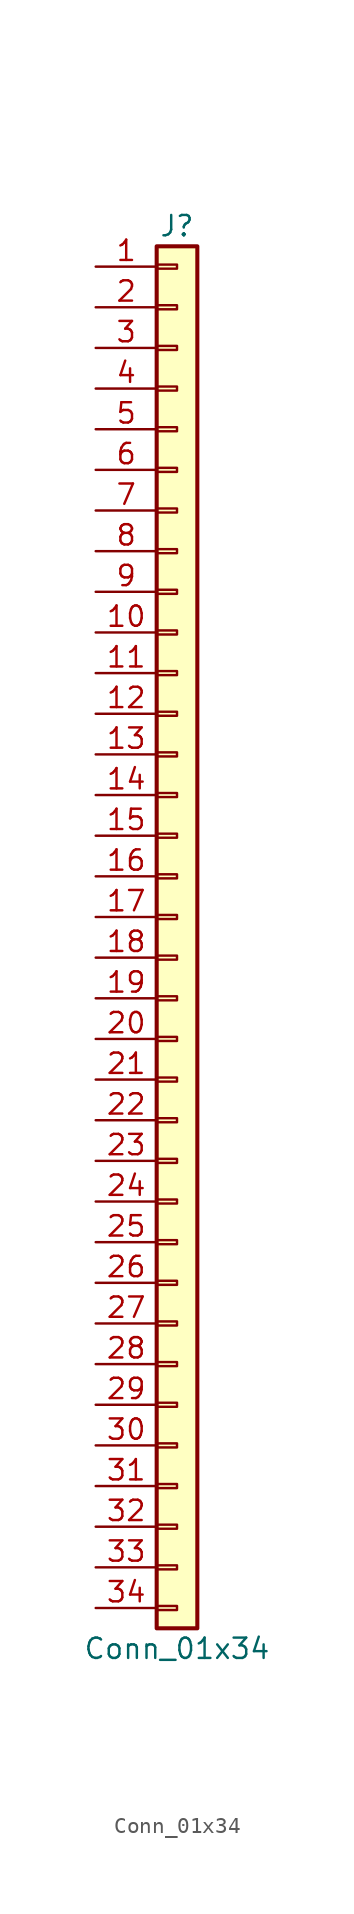
<source format=kicad_sym>
(kicad_symbol_lib
  (version 20211014)
  (generator kicad_symbol_editor)
  (symbol "Conn_01x34"
    (pin_names
      (offset 1.016) hide)
    (property "Reference" "J"
      (at 0 43.18 0)
      (effects (font (size 1.27 1.27))))
    (property "Value" "Conn_01x34"
      (at 0 -45.72 0)
      (effects (font (size 1.27 1.27))))
    (symbol "Conn_01x34_1_1"
      (rectangle (start -1.27 -43.053) (end 0 -43.307) (stroke (width 0.152) (type default) (color 0 0 0 0)) (fill (type none)))
      (rectangle (start -1.27 -40.513) (end 0 -40.767) (stroke (width 0.152) (type default) (color 0 0 0 0)) (fill (type none)))
      (rectangle (start -1.27 -37.973) (end 0 -38.227) (stroke (width 0.152) (type default) (color 0 0 0 0)) (fill (type none)))
      (rectangle (start -1.27 -35.433) (end 0 -35.687) (stroke (width 0.152) (type default) (color 0 0 0 0)) (fill (type none)))
      (rectangle (start -1.27 -32.893) (end 0 -33.147) (stroke (width 0.152) (type default) (color 0 0 0 0)) (fill (type none)))
      (rectangle (start -1.27 -30.353) (end 0 -30.607) (stroke (width 0.152) (type default) (color 0 0 0 0)) (fill (type none)))
      (rectangle (start -1.27 -27.813) (end 0 -28.067) (stroke (width 0.152) (type default) (color 0 0 0 0)) (fill (type none)))
      (rectangle (start -1.27 -25.273) (end 0 -25.527) (stroke (width 0.152) (type default) (color 0 0 0 0)) (fill (type none)))
      (rectangle (start -1.27 -22.733) (end 0 -22.987) (stroke (width 0.152) (type default) (color 0 0 0 0)) (fill (type none)))
      (rectangle (start -1.27 -20.193) (end 0 -20.447) (stroke (width 0.152) (type default) (color 0 0 0 0)) (fill (type none)))
      (rectangle (start -1.27 -17.653) (end 0 -17.907) (stroke (width 0.152) (type default) (color 0 0 0 0)) (fill (type none)))
      (rectangle (start -1.27 -15.113) (end 0 -15.367) (stroke (width 0.152) (type default) (color 0 0 0 0)) (fill (type none)))
      (rectangle (start -1.27 -12.573) (end 0 -12.827) (stroke (width 0.152) (type default) (color 0 0 0 0)) (fill (type none)))
      (rectangle (start -1.27 -10.033) (end 0 -10.287) (stroke (width 0.152) (type default) (color 0 0 0 0)) (fill (type none)))
      (rectangle (start -1.27 -7.493) (end 0 -7.747) (stroke (width 0.152) (type default) (color 0 0 0 0)) (fill (type none)))
      (rectangle (start -1.27 -4.953) (end 0 -5.207) (stroke (width 0.152) (type default) (color 0 0 0 0)) (fill (type none)))
      (rectangle (start -1.27 -2.413) (end 0 -2.667) (stroke (width 0.152) (type default) (color 0 0 0 0)) (fill (type none)))
      (rectangle (start -1.27 0.127) (end 0 -0.127) (stroke (width 0.152) (type default) (color 0 0 0 0)) (fill (type none)))
      (rectangle (start -1.27 2.667) (end 0 2.413) (stroke (width 0.152) (type default) (color 0 0 0 0)) (fill (type none)))
      (rectangle (start -1.27 5.207) (end 0 4.953) (stroke (width 0.152) (type default) (color 0 0 0 0)) (fill (type none)))
      (rectangle (start -1.27 7.747) (end 0 7.493) (stroke (width 0.152) (type default) (color 0 0 0 0)) (fill (type none)))
      (rectangle (start -1.27 10.287) (end 0 10.033) (stroke (width 0.152) (type default) (color 0 0 0 0)) (fill (type none)))
      (rectangle (start -1.27 12.827) (end 0 12.573) (stroke (width 0.152) (type default) (color 0 0 0 0)) (fill (type none)))
      (rectangle (start -1.27 15.367) (end 0 15.113) (stroke (width 0.152) (type default) (color 0 0 0 0)) (fill (type none)))
      (rectangle (start -1.27 17.907) (end 0 17.653) (stroke (width 0.152) (type default) (color 0 0 0 0)) (fill (type none)))
      (rectangle (start -1.27 20.447) (end 0 20.193) (stroke (width 0.152) (type default) (color 0 0 0 0)) (fill (type none)))
      (rectangle (start -1.27 22.987) (end 0 22.733) (stroke (width 0.152) (type default) (color 0 0 0 0)) (fill (type none)))
      (rectangle (start -1.27 25.527) (end 0 25.273) (stroke (width 0.152) (type default) (color 0 0 0 0)) (fill (type none)))
      (rectangle (start -1.27 28.067) (end 0 27.813) (stroke (width 0.152) (type default) (color 0 0 0 0)) (fill (type none)))
      (rectangle (start -1.27 30.607) (end 0 30.353) (stroke (width 0.152) (type default) (color 0 0 0 0)) (fill (type none)))
      (rectangle (start -1.27 33.147) (end 0 32.893) (stroke (width 0.152) (type default) (color 0 0 0 0)) (fill (type none)))
      (rectangle (start -1.27 35.687) (end 0 35.433) (stroke (width 0.152) (type default) (color 0 0 0 0)) (fill (type none)))
      (rectangle (start -1.27 38.227) (end 0 37.973) (stroke (width 0.152) (type default) (color 0 0 0 0)) (fill (type none)))
      (rectangle (start -1.27 40.767) (end 0 40.513) (stroke (width 0.152) (type default) (color 0 0 0 0)) (fill (type none)))
      (rectangle (start -1.27 41.91) (end 1.27 -44.45) (stroke (width 0.254) (type default) (color 0 0 0 0)) (fill (type background)))
      (pin passive line (at -5.08 40.64 0) (length 3.81) (name "Pin_1" (effects (font (size 1.27 1.27)))) (number "1" (effects (font (size 1.27 1.27)))))
      (pin passive line (at -5.08 17.78 0) (length 3.81) (name "Pin_10" (effects (font (size 1.27 1.27)))) (number "10" (effects (font (size 1.27 1.27)))))
      (pin passive line (at -5.08 15.24 0) (length 3.81) (name "Pin_11" (effects (font (size 1.27 1.27)))) (number "11" (effects (font (size 1.27 1.27)))))
      (pin passive line (at -5.08 12.7 0) (length 3.81) (name "Pin_12" (effects (font (size 1.27 1.27)))) (number "12" (effects (font (size 1.27 1.27)))))
      (pin passive line (at -5.08 10.16 0) (length 3.81) (name "Pin_13" (effects (font (size 1.27 1.27)))) (number "13" (effects (font (size 1.27 1.27)))))
      (pin passive line (at -5.08 7.62 0) (length 3.81) (name "Pin_14" (effects (font (size 1.27 1.27)))) (number "14" (effects (font (size 1.27 1.27)))))
      (pin passive line (at -5.08 5.08 0) (length 3.81) (name "Pin_15" (effects (font (size 1.27 1.27)))) (number "15" (effects (font (size 1.27 1.27)))))
      (pin passive line (at -5.08 2.54 0) (length 3.81) (name "Pin_16" (effects (font (size 1.27 1.27)))) (number "16" (effects (font (size 1.27 1.27)))))
      (pin passive line (at -5.08 0 0) (length 3.81) (name "Pin_17" (effects (font (size 1.27 1.27)))) (number "17" (effects (font (size 1.27 1.27)))))
      (pin passive line (at -5.08 -2.54 0) (length 3.81) (name "Pin_18" (effects (font (size 1.27 1.27)))) (number "18" (effects (font (size 1.27 1.27)))))
      (pin passive line (at -5.08 -5.08 0) (length 3.81) (name "Pin_19" (effects (font (size 1.27 1.27)))) (number "19" (effects (font (size 1.27 1.27)))))
      (pin passive line (at -5.08 38.1 0) (length 3.81) (name "Pin_2" (effects (font (size 1.27 1.27)))) (number "2" (effects (font (size 1.27 1.27)))))
      (pin passive line (at -5.08 -7.62 0) (length 3.81) (name "Pin_20" (effects (font (size 1.27 1.27)))) (number "20" (effects (font (size 1.27 1.27)))))
      (pin passive line (at -5.08 -10.16 0) (length 3.81) (name "Pin_21" (effects (font (size 1.27 1.27)))) (number "21" (effects (font (size 1.27 1.27)))))
      (pin passive line (at -5.08 -12.7 0) (length 3.81) (name "Pin_22" (effects (font (size 1.27 1.27)))) (number "22" (effects (font (size 1.27 1.27)))))
      (pin passive line (at -5.08 -15.24 0) (length 3.81) (name "Pin_23" (effects (font (size 1.27 1.27)))) (number "23" (effects (font (size 1.27 1.27)))))
      (pin passive line (at -5.08 -17.78 0) (length 3.81) (name "Pin_24" (effects (font (size 1.27 1.27)))) (number "24" (effects (font (size 1.27 1.27)))))
      (pin passive line (at -5.08 -20.32 0) (length 3.81) (name "Pin_25" (effects (font (size 1.27 1.27)))) (number "25" (effects (font (size 1.27 1.27)))))
      (pin passive line (at -5.08 -22.86 0) (length 3.81) (name "Pin_26" (effects (font (size 1.27 1.27)))) (number "26" (effects (font (size 1.27 1.27)))))
      (pin passive line (at -5.08 -25.4 0) (length 3.81) (name "Pin_27" (effects (font (size 1.27 1.27)))) (number "27" (effects (font (size 1.27 1.27)))))
      (pin passive line (at -5.08 -27.94 0) (length 3.81) (name "Pin_28" (effects (font (size 1.27 1.27)))) (number "28" (effects (font (size 1.27 1.27)))))
      (pin passive line (at -5.08 -30.48 0) (length 3.81) (name "Pin_29" (effects (font (size 1.27 1.27)))) (number "29" (effects (font (size 1.27 1.27)))))
      (pin passive line (at -5.08 35.56 0) (length 3.81) (name "Pin_3" (effects (font (size 1.27 1.27)))) (number "3" (effects (font (size 1.27 1.27)))))
      (pin passive line (at -5.08 -33.02 0) (length 3.81) (name "Pin_30" (effects (font (size 1.27 1.27)))) (number "30" (effects (font (size 1.27 1.27)))))
      (pin passive line (at -5.08 -35.56 0) (length 3.81) (name "Pin_31" (effects (font (size 1.27 1.27)))) (number "31" (effects (font (size 1.27 1.27)))))
      (pin passive line (at -5.08 -38.1 0) (length 3.81) (name "Pin_32" (effects (font (size 1.27 1.27)))) (number "32" (effects (font (size 1.27 1.27)))))
      (pin passive line (at -5.08 -40.64 0) (length 3.81) (name "Pin_33" (effects (font (size 1.27 1.27)))) (number "33" (effects (font (size 1.27 1.27)))))
      (pin passive line (at -5.08 -43.18 0) (length 3.81) (name "Pin_34" (effects (font (size 1.27 1.27)))) (number "34" (effects (font (size 1.27 1.27)))))
      (pin passive line (at -5.08 33.02 0) (length 3.81) (name "Pin_4" (effects (font (size 1.27 1.27)))) (number "4" (effects (font (size 1.27 1.27)))))
      (pin passive line (at -5.08 30.48 0) (length 3.81) (name "Pin_5" (effects (font (size 1.27 1.27)))) (number "5" (effects (font (size 1.27 1.27)))))
      (pin passive line (at -5.08 27.94 0) (length 3.81) (name "Pin_6" (effects (font (size 1.27 1.27)))) (number "6" (effects (font (size 1.27 1.27)))))
      (pin passive line (at -5.08 25.4 0) (length 3.81) (name "Pin_7" (effects (font (size 1.27 1.27)))) (number "7" (effects (font (size 1.27 1.27)))))
      (pin passive line (at -5.08 22.86 0) (length 3.81) (name "Pin_8" (effects (font (size 1.27 1.27)))) (number "8" (effects (font (size 1.27 1.27)))))
      (pin passive line (at -5.08 20.32 0) (length 3.81) (name "Pin_9" (effects (font (size 1.27 1.27)))) (number "9" (effects (font (size 1.27 1.27))))))))
</source>
